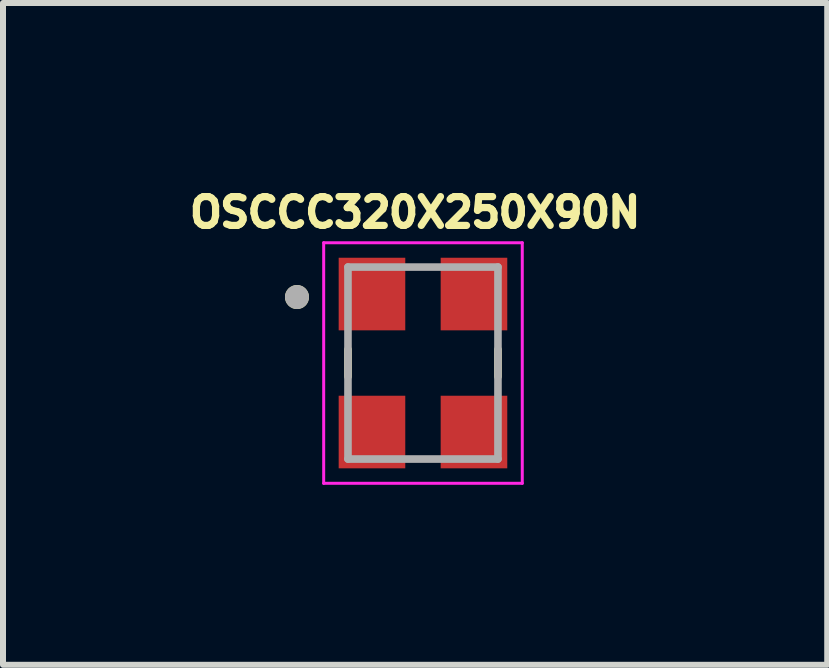
<source format=kicad_pcb>
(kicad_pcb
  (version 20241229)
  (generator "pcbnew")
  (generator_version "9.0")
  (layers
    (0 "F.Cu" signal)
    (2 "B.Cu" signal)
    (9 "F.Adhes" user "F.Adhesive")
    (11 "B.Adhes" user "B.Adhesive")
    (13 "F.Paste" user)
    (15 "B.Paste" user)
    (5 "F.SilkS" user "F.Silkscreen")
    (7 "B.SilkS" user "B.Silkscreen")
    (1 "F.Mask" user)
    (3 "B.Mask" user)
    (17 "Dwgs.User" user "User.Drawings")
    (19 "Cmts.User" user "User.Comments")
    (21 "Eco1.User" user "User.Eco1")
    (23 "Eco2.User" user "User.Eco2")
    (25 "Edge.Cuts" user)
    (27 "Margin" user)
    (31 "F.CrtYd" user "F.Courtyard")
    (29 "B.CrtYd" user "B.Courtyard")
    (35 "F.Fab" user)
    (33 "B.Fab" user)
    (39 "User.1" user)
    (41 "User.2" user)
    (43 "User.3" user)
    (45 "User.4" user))
  (footprint "OSCCC320X250X90N"
    (layer "F.Cu")
    (at 4 3.001)
    (property "Reference" "OSCCC320X250X90N" (at -0.131 -2.51 0) (layer "F.SilkS") (effects (font (size 0.48 0.48) (thickness 0.15))))
    (attr smd)
    (fp_line (start -1.25 -0.225) (end -1.25 0.225) (stroke (width 0.127) (type solid)) (layer "F.SilkS"))
    (fp_line (start 1.25 -0.225) (end 1.25 0.225) (stroke (width 0.127) (type solid)) (layer "F.SilkS"))
    (fp_circle (center -2.1 -1.1) (end -2 -1.1) (stroke (width 0.2) (type solid)) (fill no) (layer "F.SilkS"))
    (fp_line (start -1.655 -2.005) (end -1.655 2.005) (stroke (width 0.05) (type solid)) (layer "F.CrtYd"))
    (fp_line (start -1.655 2.005) (end 1.655 2.005) (stroke (width 0.05) (type solid)) (layer "F.CrtYd"))
    (fp_line (start 1.655 -2.005) (end -1.655 -2.005) (stroke (width 0.05) (type solid)) (layer "F.CrtYd"))
    (fp_line (start 1.655 2.005) (end 1.655 -2.005) (stroke (width 0.05) (type solid)) (layer "F.CrtYd"))
    (fp_line (start -1.25 -1.6) (end 1.25 -1.6) (stroke (width 0.127) (type solid)) (layer "F.Fab"))
    (fp_line (start -1.25 1.6) (end -1.25 -1.6) (stroke (width 0.127) (type solid)) (layer "F.Fab"))
    (fp_line (start 1.25 -1.6) (end 1.25 1.6) (stroke (width 0.127) (type solid)) (layer "F.Fab"))
    (fp_line (start 1.25 1.6) (end -1.25 1.6) (stroke (width 0.127) (type solid)) (layer "F.Fab"))
    (fp_circle (center -2.1 -1.1) (end -2 -1.1) (stroke (width 0.2) (type solid)) (fill no) (layer "F.Fab"))
    (pad "1" smd rect (at -0.85 -1.15) (size 1.11 1.21) (layers "F.Cu" "F.Mask" "F.Paste"))
    (pad "2" smd rect (at -0.85 1.15) (size 1.11 1.21) (layers "F.Cu" "F.Mask" "F.Paste"))
    (pad "3" smd rect (at 0.85 1.15) (size 1.11 1.21) (layers "F.Cu" "F.Mask" "F.Paste"))
    (pad "4" smd rect (at 0.85 -1.15) (size 1.11 1.21) (layers "F.Cu" "F.Mask" "F.Paste")))
  (gr_rect
    (start -3 -3)
    (end 10.738 8.031)
    (stroke (width 0.1) (type default))
    (fill no)
    (layer "Edge.Cuts")))
</source>
